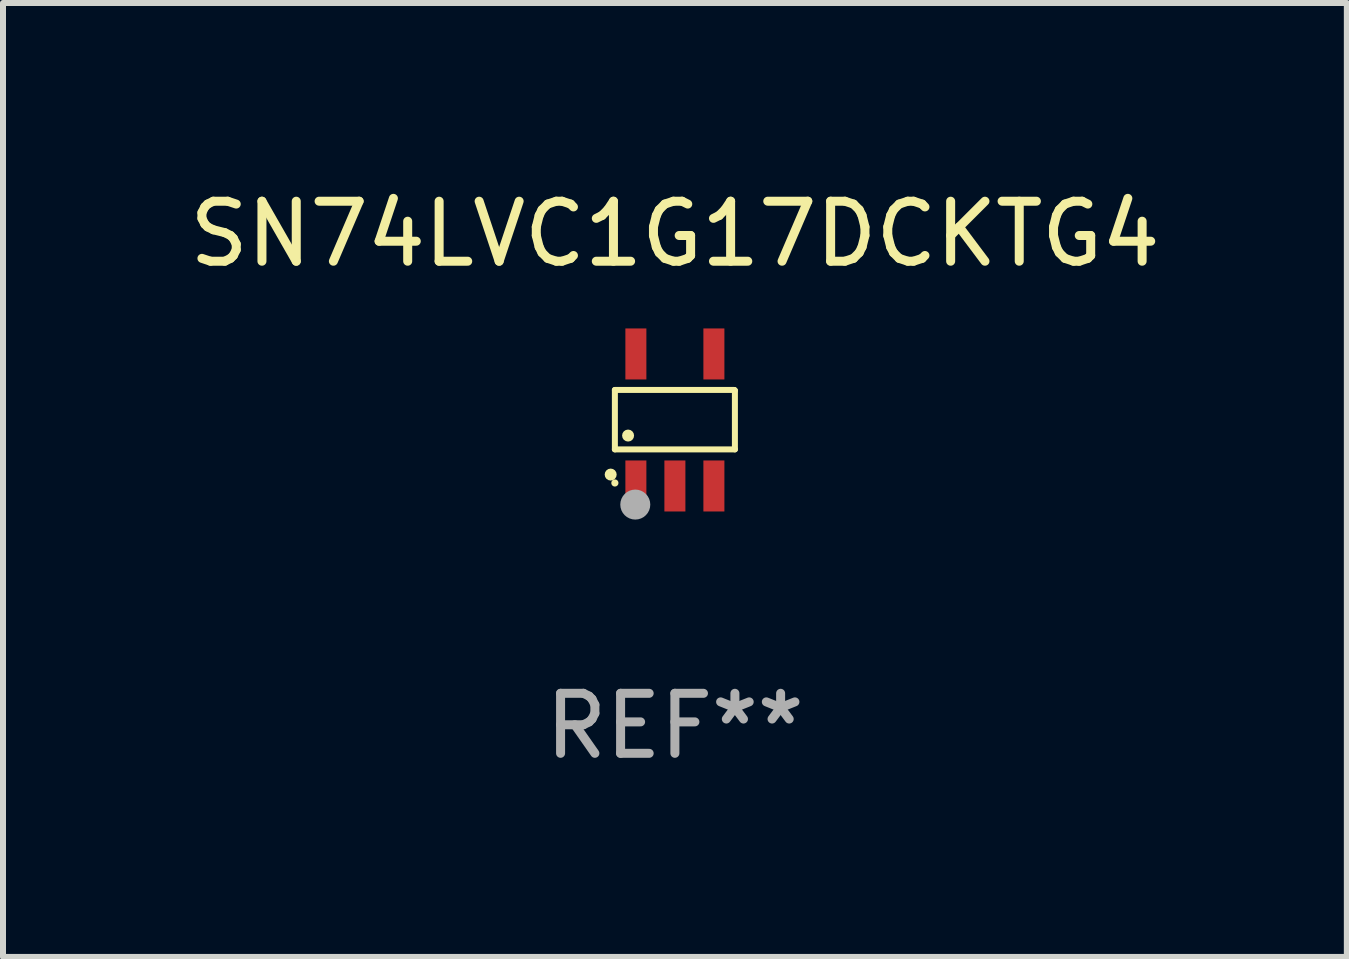
<source format=kicad_pcb>
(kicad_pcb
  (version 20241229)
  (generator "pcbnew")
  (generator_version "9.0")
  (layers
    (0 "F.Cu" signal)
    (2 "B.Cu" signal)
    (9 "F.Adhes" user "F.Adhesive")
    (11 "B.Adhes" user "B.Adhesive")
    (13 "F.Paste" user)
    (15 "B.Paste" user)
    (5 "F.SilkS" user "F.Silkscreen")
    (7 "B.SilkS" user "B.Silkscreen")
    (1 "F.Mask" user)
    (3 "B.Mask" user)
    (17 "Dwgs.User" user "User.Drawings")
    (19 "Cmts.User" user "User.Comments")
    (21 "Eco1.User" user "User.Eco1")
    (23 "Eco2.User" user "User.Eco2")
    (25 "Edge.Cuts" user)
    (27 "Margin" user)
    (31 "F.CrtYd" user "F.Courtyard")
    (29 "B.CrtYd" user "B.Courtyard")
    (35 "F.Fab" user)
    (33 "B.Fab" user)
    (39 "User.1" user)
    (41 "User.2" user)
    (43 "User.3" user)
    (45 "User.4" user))
  (footprint "SN74LVC1G17DCKTG4"
    (layer "F.Cu")
    (at 8.196 3.948)
    (property "Reference" "SN74LVC1G17DCKTG4" (at 0 -3.1 0) (layer "F.SilkS") (effects (font (size 1 1) (thickness 0.15))))
    (attr through_hole)
    (fp_line (start -1 -0.5) (end -1 0.49) (stroke (width 0.1) (type solid)) (layer "F.SilkS"))
    (fp_line (start -1 0.49) (end 1 0.49) (stroke (width 0.1) (type solid)) (layer "F.SilkS"))
    (fp_line (start 0.99 -0.5) (end -1 -0.5) (stroke (width 0.1) (type solid)) (layer "F.SilkS"))
    (fp_line (start 1 -0.49) (end 0.99 -0.5) (stroke (width 0.1) (type solid)) (layer "F.SilkS"))
    (fp_line (start 1 0.49) (end 1 -0.49) (stroke (width 0.1) (type solid)) (layer "F.SilkS"))
    (fp_circle (center -1.07 0.91) (end -1.02 0.91) (stroke (width 0.1) (type solid)) (fill no) (layer "F.SilkS"))
    (fp_circle (center -1 1.05) (end -0.97 1.05) (stroke (width 0.06) (type solid)) (fill no) (layer "F.SilkS"))
    (fp_circle (center -0.78 0.26) (end -0.73 0.26) (stroke (width 0.1) (type solid)) (fill no) (layer "F.SilkS"))
    (fp_circle (center -0.66 1.41) (end -0.535 1.41) (stroke (width 0.25) (type solid)) (fill no) (layer "F.Fab"))
    (fp_text user "REF**" (at 0 5.1 0) (layer "F.Fab") (effects (font (size 1 1) (thickness 0.15))))
    (pad "1" smd rect (at -0.65 1.1) (size 0.35 0.85) (layers "F.Cu" "F.Mask" "F.Paste"))
    (pad "2" smd rect (at 0.000051 1.1) (size 0.35 0.85) (layers "F.Cu" "F.Mask" "F.Paste"))
    (pad "3" smd rect (at 0.65 1.1) (size 0.35 0.85) (layers "F.Cu" "F.Mask" "F.Paste"))
    (pad "4" smd rect (at 0.65 -1.1) (size 0.35 0.85) (layers "F.Cu" "F.Mask" "F.Paste"))
    (pad "5" smd rect (at -0.65 -1.1) (size 0.35 0.85) (layers "F.Cu" "F.Mask" "F.Paste")))
  (gr_rect
    (start -3 -3)
    (end 19.393 12.896)
    (stroke (width 0.1) (type default))
    (fill no)
    (layer "Edge.Cuts")))
</source>
